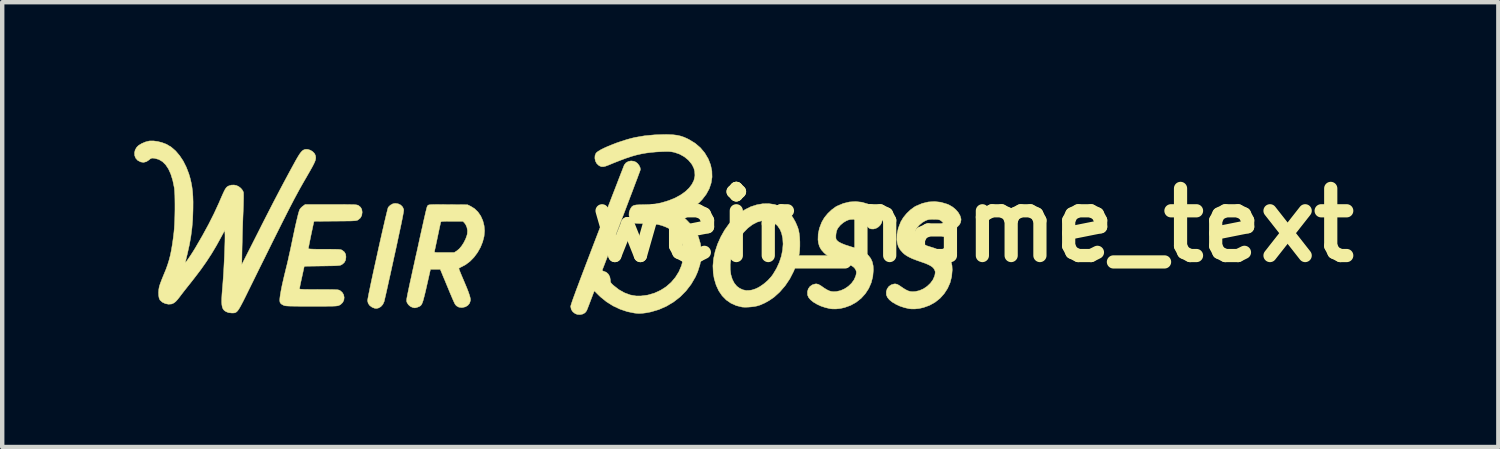
<source format=kicad_pcb>
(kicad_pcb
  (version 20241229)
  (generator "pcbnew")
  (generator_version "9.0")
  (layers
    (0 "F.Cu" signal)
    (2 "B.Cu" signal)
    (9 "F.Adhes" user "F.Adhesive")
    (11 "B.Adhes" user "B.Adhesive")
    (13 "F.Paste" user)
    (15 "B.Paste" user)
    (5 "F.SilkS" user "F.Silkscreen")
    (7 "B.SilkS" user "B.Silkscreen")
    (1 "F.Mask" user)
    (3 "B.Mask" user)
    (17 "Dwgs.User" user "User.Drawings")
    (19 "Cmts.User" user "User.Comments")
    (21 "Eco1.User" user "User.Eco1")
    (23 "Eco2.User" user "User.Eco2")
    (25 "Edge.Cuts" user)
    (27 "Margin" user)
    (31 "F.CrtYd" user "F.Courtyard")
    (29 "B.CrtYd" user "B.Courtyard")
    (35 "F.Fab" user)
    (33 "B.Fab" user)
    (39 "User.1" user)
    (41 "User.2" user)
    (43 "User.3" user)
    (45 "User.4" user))
  (footprint "weir_name_text"
    (layer "F.Cu")
    (at 19.04 2.063)
    (property "Reference" "weir_name_text" (at 0 0 0) (layer "F.SilkS") (effects (font (size 1.524 1.524) (thickness 0.3))))
    (attr through_hole)
    (fp_poly (pts (xy -13.048 -0.485) (xy -12.989 -0.456) (xy -12.946 -0.411) (xy -12.922 -0.354) (xy -12.922 -0.351) (xy -12.923 -0.331) (xy -12.929 -0.288) (xy -12.941 -0.222) (xy -12.958 -0.134) (xy -12.981 -0.021) (xy -13.01 0.115) (xy -13.044 0.274) (xy -13.083 0.458) (xy -13.129 0.667) (xy -13.132 0.679) (xy -13.166 0.836) (xy -13.199 0.986) (xy -13.23 1.128) (xy -13.26 1.26) (xy -13.286 1.381) (xy -13.31 1.487) (xy -13.33 1.577) (xy -13.347 1.648) (xy -13.359 1.7) (xy -13.366 1.73) (xy -13.367 1.734) (xy -13.397 1.8) (xy -13.443 1.851) (xy -13.491 1.879) (xy -13.538 1.891) (xy -13.582 1.887) (xy -13.633 1.867) (xy -13.64 1.864) (xy -13.694 1.825) (xy -13.729 1.775) (xy -13.743 1.718) (xy -13.743 1.711) (xy -13.74 1.688) (xy -13.732 1.643) (xy -13.72 1.578) (xy -13.703 1.496) (xy -13.683 1.398) (xy -13.66 1.288) (xy -13.634 1.167) (xy -13.606 1.037) (xy -13.576 0.901) (xy -13.545 0.762) (xy -13.514 0.62) (xy -13.483 0.479) (xy -13.452 0.341) (xy -13.422 0.208) (xy -13.393 0.082) (xy -13.366 -0.035) (xy -13.342 -0.139) (xy -13.32 -0.23) (xy -13.302 -0.304) (xy -13.288 -0.36) (xy -13.278 -0.395) (xy -13.274 -0.406) (xy -13.227 -0.453) (xy -13.172 -0.484) (xy -13.117 -0.495) (xy -13.048 -0.485)) (stroke (width 0.01) (type solid)) (fill yes) (layer "F.SilkS"))
    (fp_poly (pts (xy -4.508 -0.471) (xy -4.387 -0.433) (xy -4.277 -0.373) (xy -4.235 -0.343) (xy -4.158 -0.269) (xy -4.087 -0.175) (xy -4.026 -0.068) (xy -3.977 0.046) (xy -3.956 0.114) (xy -3.942 0.188) (xy -3.932 0.278) (xy -3.927 0.378) (xy -3.927 0.479) (xy -3.932 0.572) (xy -3.941 0.651) (xy -3.943 0.66) (xy -3.994 0.857) (xy -4.066 1.043) (xy -4.155 1.217) (xy -4.262 1.376) (xy -4.385 1.518) (xy -4.513 1.634) (xy -4.615 1.705) (xy -4.723 1.766) (xy -4.83 1.813) (xy -4.901 1.835) (xy -4.958 1.846) (xy -5.028 1.855) (xy -5.101 1.861) (xy -5.171 1.863) (xy -5.226 1.86) (xy -5.239 1.859) (xy -5.372 1.826) (xy -5.492 1.772) (xy -5.599 1.698) (xy -5.691 1.604) (xy -5.768 1.492) (xy -5.828 1.362) (xy -5.872 1.216) (xy -5.894 1.083) (xy -5.901 0.924) (xy -5.898 0.893) (xy -5.509 0.893) (xy -5.508 1.013) (xy -5.493 1.125) (xy -5.462 1.227) (xy -5.417 1.315) (xy -5.359 1.386) (xy -5.299 1.431) (xy -5.223 1.467) (xy -5.147 1.483) (xy -5.064 1.48) (xy -5.014 1.472) (xy -4.926 1.443) (xy -4.834 1.395) (xy -4.741 1.33) (xy -4.653 1.254) (xy -4.575 1.168) (xy -4.535 1.113) (xy -4.456 0.981) (xy -4.393 0.843) (xy -4.347 0.703) (xy -4.319 0.563) (xy -4.308 0.428) (xy -4.316 0.3) (xy -4.342 0.182) (xy -4.375 0.102) (xy -4.431 0.017) (xy -4.5 -0.047) (xy -4.581 -0.089) (xy -4.672 -0.109) (xy -4.771 -0.105) (xy -4.782 -0.103) (xy -4.896 -0.07) (xy -5.005 -0.013) (xy -5.109 0.066) (xy -5.205 0.165) (xy -5.293 0.283) (xy -5.37 0.418) (xy -5.435 0.568) (xy -5.461 0.641) (xy -5.493 0.768) (xy -5.509 0.893) (xy -5.898 0.893) (xy -5.886 0.76) (xy -5.85 0.594) (xy -5.795 0.428) (xy -5.723 0.267) (xy -5.636 0.113) (xy -5.535 -0.029) (xy -5.422 -0.157) (xy -5.298 -0.268) (xy -5.175 -0.352) (xy -5.043 -0.418) (xy -4.907 -0.462) (xy -4.771 -0.486) (xy -4.637 -0.489) (xy -4.508 -0.471)) (stroke (width 0.01) (type solid)) (fill yes) (layer "F.SilkS"))
    (fp_poly (pts (xy -2.519 -0.521) (xy -2.381 -0.48) (xy -2.328 -0.458) (xy -2.246 -0.41) (xy -2.175 -0.351) (xy -2.118 -0.284) (xy -2.078 -0.213) (xy -2.059 -0.143) (xy -2.058 -0.12) (xy -2.068 -0.06) (xy -2.098 -0.006) (xy -2.142 0.039) (xy -2.196 0.071) (xy -2.254 0.087) (xy -2.312 0.085) (xy -2.349 0.071) (xy -2.373 0.051) (xy -2.405 0.019) (xy -2.432 -0.013) (xy -2.473 -0.065) (xy -2.508 -0.099) (xy -2.545 -0.12) (xy -2.589 -0.13) (xy -2.648 -0.133) (xy -2.677 -0.133) (xy -2.739 -0.132) (xy -2.784 -0.129) (xy -2.821 -0.12) (xy -2.857 -0.106) (xy -2.873 -0.099) (xy -2.943 -0.057) (xy -3.008 -0.001) (xy -3.059 0.061) (xy -3.079 0.095) (xy -3.094 0.137) (xy -3.105 0.19) (xy -3.109 0.229) (xy -3.11 0.278) (xy -3.106 0.31) (xy -3.095 0.334) (xy -3.088 0.343) (xy -3.049 0.378) (xy -2.984 0.413) (xy -2.894 0.449) (xy -2.788 0.483) (xy -2.649 0.527) (xy -2.535 0.576) (xy -2.442 0.629) (xy -2.371 0.688) (xy -2.318 0.756) (xy -2.283 0.833) (xy -2.263 0.921) (xy -2.258 1.016) (xy -2.271 1.166) (xy -2.307 1.307) (xy -2.364 1.438) (xy -2.441 1.556) (xy -2.536 1.661) (xy -2.647 1.749) (xy -2.773 1.82) (xy -2.911 1.87) (xy -3.011 1.892) (xy -3.105 1.902) (xy -3.193 1.901) (xy -3.239 1.896) (xy -3.347 1.871) (xy -3.449 1.837) (xy -3.541 1.794) (xy -3.621 1.746) (xy -3.685 1.694) (xy -3.73 1.639) (xy -3.753 1.584) (xy -3.753 1.583) (xy -3.755 1.511) (xy -3.736 1.446) (xy -3.698 1.393) (xy -3.644 1.355) (xy -3.579 1.335) (xy -3.551 1.333) (xy -3.505 1.344) (xy -3.449 1.376) (xy -3.446 1.378) (xy -3.371 1.431) (xy -3.309 1.468) (xy -3.256 1.493) (xy -3.207 1.506) (xy -3.156 1.51) (xy -3.1 1.507) (xy -3.099 1.507) (xy -3.003 1.486) (xy -2.911 1.445) (xy -2.826 1.388) (xy -2.753 1.319) (xy -2.696 1.24) (xy -2.659 1.156) (xy -2.652 1.129) (xy -2.644 1.085) (xy -2.645 1.054) (xy -2.654 1.024) (xy -2.662 1.009) (xy -2.683 0.975) (xy -2.715 0.945) (xy -2.761 0.916) (xy -2.823 0.886) (xy -2.905 0.854) (xy -2.971 0.831) (xy -3.079 0.793) (xy -3.165 0.759) (xy -3.236 0.726) (xy -3.293 0.694) (xy -3.341 0.66) (xy -3.38 0.626) (xy -3.441 0.557) (xy -3.482 0.485) (xy -3.506 0.402) (xy -3.515 0.33) (xy -3.511 0.202) (xy -3.483 0.07) (xy -3.431 -0.065) (xy -3.426 -0.075) (xy -3.37 -0.171) (xy -3.295 -0.263) (xy -3.207 -0.347) (xy -3.115 -0.415) (xy -3.079 -0.435) (xy -2.941 -0.493) (xy -2.801 -0.527) (xy -2.659 -0.536) (xy -2.519 -0.521)) (stroke (width 0.01) (type solid)) (fill yes) (layer "F.SilkS"))
    (fp_poly (pts (xy -0.728 -0.521) (xy -0.59 -0.48) (xy -0.537 -0.458) (xy -0.455 -0.41) (xy -0.385 -0.351) (xy -0.328 -0.284) (xy -0.288 -0.213) (xy -0.268 -0.143) (xy -0.267 -0.12) (xy -0.278 -0.06) (xy -0.308 -0.006) (xy -0.352 0.039) (xy -0.405 0.071) (xy -0.463 0.087) (xy -0.521 0.085) (xy -0.558 0.071) (xy -0.583 0.051) (xy -0.614 0.019) (xy -0.641 -0.013) (xy -0.683 -0.065) (xy -0.718 -0.099) (xy -0.754 -0.12) (xy -0.798 -0.13) (xy -0.857 -0.133) (xy -0.887 -0.133) (xy -0.949 -0.132) (xy -0.994 -0.129) (xy -1.03 -0.12) (xy -1.067 -0.106) (xy -1.082 -0.099) (xy -1.152 -0.057) (xy -1.217 -0.001) (xy -1.269 0.061) (xy -1.289 0.095) (xy -1.303 0.137) (xy -1.314 0.19) (xy -1.318 0.229) (xy -1.32 0.278) (xy -1.316 0.31) (xy -1.305 0.334) (xy -1.298 0.343) (xy -1.258 0.378) (xy -1.193 0.413) (xy -1.103 0.449) (xy -0.997 0.483) (xy -0.859 0.527) (xy -0.744 0.576) (xy -0.652 0.629) (xy -0.58 0.688) (xy -0.527 0.756) (xy -0.492 0.833) (xy -0.472 0.921) (xy -0.467 1.016) (xy -0.48 1.166) (xy -0.516 1.307) (xy -0.574 1.438) (xy -0.651 1.556) (xy -0.745 1.661) (xy -0.856 1.749) (xy -0.982 1.82) (xy -1.121 1.87) (xy -1.22 1.892) (xy -1.314 1.902) (xy -1.402 1.901) (xy -1.448 1.896) (xy -1.556 1.871) (xy -1.658 1.837) (xy -1.75 1.794) (xy -1.83 1.746) (xy -1.894 1.694) (xy -1.939 1.639) (xy -1.962 1.584) (xy -1.963 1.583) (xy -1.965 1.511) (xy -1.945 1.446) (xy -1.907 1.393) (xy -1.854 1.355) (xy -1.788 1.335) (xy -1.761 1.333) (xy -1.714 1.344) (xy -1.658 1.376) (xy -1.656 1.378) (xy -1.58 1.431) (xy -1.518 1.468) (xy -1.465 1.493) (xy -1.416 1.506) (xy -1.366 1.51) (xy -1.309 1.507) (xy -1.308 1.507) (xy -1.213 1.486) (xy -1.12 1.445) (xy -1.036 1.388) (xy -0.963 1.319) (xy -0.905 1.24) (xy -0.868 1.156) (xy -0.861 1.129) (xy -0.854 1.085) (xy -0.854 1.054) (xy -0.864 1.024) (xy -0.871 1.009) (xy -0.893 0.975) (xy -0.925 0.945) (xy -0.97 0.916) (xy -1.032 0.886) (xy -1.114 0.854) (xy -1.18 0.831) (xy -1.288 0.793) (xy -1.375 0.759) (xy -1.445 0.726) (xy -1.502 0.694) (xy -1.551 0.66) (xy -1.589 0.626) (xy -1.65 0.557) (xy -1.691 0.485) (xy -1.715 0.402) (xy -1.724 0.33) (xy -1.72 0.202) (xy -1.692 0.07) (xy -1.64 -0.065) (xy -1.636 -0.075) (xy -1.579 -0.171) (xy -1.504 -0.263) (xy -1.417 -0.347) (xy -1.324 -0.415) (xy -1.288 -0.435) (xy -1.15 -0.493) (xy -1.01 -0.527) (xy -0.868 -0.536) (xy -0.728 -0.521)) (stroke (width 0.01) (type solid)) (fill yes) (layer "F.SilkS"))
    (fp_poly (pts (xy -12.03 -0.468) (xy -11.912 -0.467) (xy -11.911 -0.467) (xy -11.474 -0.464) (xy -11.402 -0.429) (xy -11.313 -0.374) (xy -11.236 -0.299) (xy -11.173 -0.207) (xy -11.126 -0.102) (xy -11.097 0.013) (xy -11.087 0.128) (xy -11.098 0.254) (xy -11.131 0.381) (xy -11.181 0.505) (xy -11.248 0.623) (xy -11.328 0.73) (xy -11.419 0.823) (xy -11.519 0.898) (xy -11.6 0.941) (xy -11.637 0.959) (xy -11.663 0.975) (xy -11.671 0.985) (xy -11.666 1) (xy -11.653 1.035) (xy -11.633 1.085) (xy -11.608 1.146) (xy -11.584 1.201) (xy -11.533 1.322) (xy -11.491 1.422) (xy -11.459 1.504) (xy -11.436 1.57) (xy -11.42 1.622) (xy -11.41 1.663) (xy -11.407 1.695) (xy -11.408 1.712) (xy -11.427 1.772) (xy -11.466 1.82) (xy -11.521 1.854) (xy -11.59 1.87) (xy -11.609 1.871) (xy -11.674 1.861) (xy -11.726 1.831) (xy -11.755 1.797) (xy -11.766 1.776) (xy -11.785 1.736) (xy -11.81 1.68) (xy -11.839 1.612) (xy -11.871 1.537) (xy -11.883 1.508) (xy -11.918 1.423) (xy -11.954 1.337) (xy -11.987 1.256) (xy -12.017 1.186) (xy -12.039 1.133) (xy -12.041 1.127) (xy -12.093 1.003) (xy -12.315 1.003) (xy -12.395 1.356) (xy -12.422 1.475) (xy -12.445 1.571) (xy -12.465 1.648) (xy -12.481 1.708) (xy -12.496 1.753) (xy -12.51 1.786) (xy -12.524 1.81) (xy -12.539 1.827) (xy -12.543 1.831) (xy -12.566 1.845) (xy -12.602 1.86) (xy -12.639 1.872) (xy -12.668 1.878) (xy -12.675 1.878) (xy -12.69 1.875) (xy -12.72 1.868) (xy -12.723 1.867) (xy -12.773 1.844) (xy -12.817 1.805) (xy -12.847 1.757) (xy -12.851 1.745) (xy -12.854 1.736) (xy -12.856 1.727) (xy -12.857 1.717) (xy -12.857 1.703) (xy -12.855 1.685) (xy -12.852 1.66) (xy -12.846 1.628) (xy -12.838 1.585) (xy -12.827 1.531) (xy -12.813 1.465) (xy -12.796 1.383) (xy -12.775 1.286) (xy -12.749 1.17) (xy -12.72 1.035) (xy -12.685 0.878) (xy -12.646 0.699) (xy -12.637 0.66) (xy -12.625 0.608) (xy -12.226 0.608) (xy -12.22 0.614) (xy -12.205 0.618) (xy -12.177 0.62) (xy -12.133 0.622) (xy -12.069 0.622) (xy -12.005 0.622) (xy -11.778 0.622) (xy -11.719 0.585) (xy -11.663 0.539) (xy -11.608 0.474) (xy -11.558 0.396) (xy -11.516 0.312) (xy -11.486 0.228) (xy -11.479 0.198) (xy -11.474 0.127) (xy -11.486 0.055) (xy -11.513 -0.01) (xy -11.544 -0.053) (xy -11.58 -0.089) (xy -11.828 -0.089) (xy -11.914 -0.089) (xy -11.977 -0.088) (xy -12.022 -0.086) (xy -12.052 -0.084) (xy -12.07 -0.08) (xy -12.079 -0.074) (xy -12.082 -0.067) (xy -12.087 -0.048) (xy -12.095 -0.009) (xy -12.108 0.048) (xy -12.123 0.119) (xy -12.14 0.2) (xy -12.154 0.267) (xy -12.172 0.353) (xy -12.189 0.432) (xy -12.203 0.5) (xy -12.215 0.553) (xy -12.222 0.588) (xy -12.225 0.6) (xy -12.226 0.608) (xy -12.625 0.608) (xy -12.595 0.472) (xy -12.559 0.306) (xy -12.527 0.162) (xy -12.499 0.038) (xy -12.476 -0.067) (xy -12.456 -0.156) (xy -12.439 -0.228) (xy -12.426 -0.287) (xy -12.414 -0.334) (xy -12.405 -0.37) (xy -12.398 -0.397) (xy -12.392 -0.416) (xy -12.387 -0.429) (xy -12.382 -0.438) (xy -12.378 -0.443) (xy -12.373 -0.448) (xy -12.371 -0.45) (xy -12.362 -0.456) (xy -12.349 -0.46) (xy -12.329 -0.464) (xy -12.299 -0.466) (xy -12.257 -0.468) (xy -12.2 -0.469) (xy -12.125 -0.469) (xy -12.03 -0.468)) (stroke (width 0.01) (type solid)) (fill yes) (layer "F.SilkS"))
    (fp_poly (pts (xy -14.575 -0.47) (xy -14.437 -0.47) (xy -14.323 -0.47) (xy -14.229 -0.469) (xy -14.154 -0.468) (xy -14.095 -0.467) (xy -14.05 -0.466) (xy -14.016 -0.463) (xy -13.991 -0.46) (xy -13.974 -0.456) (xy -13.961 -0.452) (xy -13.95 -0.446) (xy -13.948 -0.445) (xy -13.902 -0.407) (xy -13.875 -0.359) (xy -13.866 -0.296) (xy -13.866 -0.293) (xy -13.876 -0.221) (xy -13.907 -0.164) (xy -13.958 -0.121) (xy -13.97 -0.114) (xy -13.984 -0.109) (xy -14.003 -0.105) (xy -14.028 -0.101) (xy -14.063 -0.099) (xy -14.11 -0.096) (xy -14.171 -0.095) (xy -14.25 -0.094) (xy -14.349 -0.093) (xy -14.471 -0.092) (xy -14.481 -0.092) (xy -14.96 -0.088) (xy -14.967 -0.06) (xy -14.976 -0.019) (xy -14.988 0.038) (xy -15.002 0.105) (xy -15.018 0.179) (xy -15.034 0.255) (xy -15.049 0.33) (xy -15.063 0.399) (xy -15.074 0.457) (xy -15.083 0.5) (xy -15.087 0.525) (xy -15.088 0.529) (xy -15.083 0.534) (xy -15.07 0.538) (xy -15.043 0.541) (xy -15.002 0.543) (xy -14.944 0.545) (xy -14.867 0.546) (xy -14.767 0.546) (xy -14.722 0.546) (xy -14.616 0.546) (xy -14.532 0.547) (xy -14.467 0.548) (xy -14.418 0.549) (xy -14.382 0.552) (xy -14.357 0.555) (xy -14.339 0.56) (xy -14.324 0.567) (xy -14.317 0.571) (xy -14.268 0.611) (xy -14.241 0.662) (xy -14.234 0.722) (xy -14.243 0.793) (xy -14.273 0.849) (xy -14.322 0.891) (xy -14.336 0.899) (xy -14.35 0.906) (xy -14.368 0.911) (xy -14.392 0.915) (xy -14.425 0.918) (xy -14.47 0.921) (xy -14.53 0.923) (xy -14.607 0.924) (xy -14.706 0.926) (xy -14.776 0.927) (xy -15.181 0.933) (xy -15.235 1.181) (xy -15.252 1.258) (xy -15.267 1.326) (xy -15.278 1.383) (xy -15.286 1.423) (xy -15.29 1.444) (xy -15.29 1.445) (xy -15.285 1.449) (xy -15.268 1.453) (xy -15.237 1.455) (xy -15.19 1.458) (xy -15.125 1.459) (xy -15.041 1.46) (xy -14.934 1.46) (xy -14.849 1.461) (xy -14.731 1.461) (xy -14.636 1.461) (xy -14.561 1.462) (xy -14.503 1.463) (xy -14.459 1.465) (xy -14.427 1.467) (xy -14.404 1.471) (xy -14.387 1.476) (xy -14.374 1.481) (xy -14.367 1.486) (xy -14.317 1.529) (xy -14.286 1.583) (xy -14.275 1.642) (xy -14.282 1.702) (xy -14.309 1.756) (xy -14.354 1.8) (xy -14.376 1.813) (xy -14.39 1.82) (xy -14.403 1.825) (xy -14.42 1.83) (xy -14.441 1.833) (xy -14.469 1.836) (xy -14.506 1.838) (xy -14.556 1.84) (xy -14.62 1.84) (xy -14.701 1.841) (xy -14.8 1.841) (xy -14.921 1.841) (xy -15.017 1.841) (xy -15.155 1.841) (xy -15.27 1.841) (xy -15.365 1.84) (xy -15.441 1.839) (xy -15.501 1.838) (xy -15.547 1.836) (xy -15.582 1.834) (xy -15.608 1.831) (xy -15.628 1.827) (xy -15.643 1.822) (xy -15.653 1.818) (xy -15.691 1.798) (xy -15.717 1.776) (xy -15.733 1.748) (xy -15.738 1.709) (xy -15.735 1.656) (xy -15.725 1.582) (xy -15.722 1.566) (xy -15.71 1.494) (xy -15.696 1.422) (xy -15.68 1.344) (xy -15.66 1.258) (xy -15.637 1.157) (xy -15.608 1.039) (xy -15.59 0.965) (xy -15.571 0.889) (xy -15.549 0.795) (xy -15.526 0.689) (xy -15.501 0.578) (xy -15.477 0.467) (xy -15.462 0.394) (xy -15.426 0.223) (xy -15.394 0.072) (xy -15.365 -0.057) (xy -15.339 -0.165) (xy -15.318 -0.251) (xy -15.3 -0.313) (xy -15.286 -0.351) (xy -15.284 -0.357) (xy -15.262 -0.387) (xy -15.228 -0.42) (xy -15.212 -0.432) (xy -15.16 -0.47) (xy -14.575 -0.47)) (stroke (width 0.01) (type solid)) (fill yes) (layer "F.SilkS"))
    (fp_poly (pts (xy -18.51 -1.9) (xy -18.413 -1.876) (xy -18.32 -1.841) (xy -18.304 -1.834) (xy -18.2 -1.771) (xy -18.102 -1.686) (xy -18.012 -1.58) (xy -17.93 -1.457) (xy -17.86 -1.318) (xy -17.802 -1.167) (xy -17.773 -1.068) (xy -17.749 -0.967) (xy -17.731 -0.868) (xy -17.718 -0.766) (xy -17.71 -0.654) (xy -17.706 -0.53) (xy -17.707 -0.387) (xy -17.708 -0.33) (xy -17.715 -0.128) (xy -17.731 0.062) (xy -17.755 0.248) (xy -17.788 0.437) (xy -17.833 0.639) (xy -17.851 0.714) (xy -17.864 0.767) (xy -17.874 0.81) (xy -17.88 0.839) (xy -17.882 0.847) (xy -17.875 0.844) (xy -17.858 0.824) (xy -17.831 0.788) (xy -17.798 0.74) (xy -17.76 0.684) (xy -17.72 0.622) (xy -17.68 0.558) (xy -17.653 0.514) (xy -17.496 0.243) (xy -17.353 -0.019) (xy -17.227 -0.269) (xy -17.118 -0.506) (xy -17.101 -0.546) (xy -17.06 -0.641) (xy -17.027 -0.715) (xy -17 -0.772) (xy -16.978 -0.814) (xy -16.958 -0.844) (xy -16.94 -0.864) (xy -16.921 -0.879) (xy -16.9 -0.89) (xy -16.837 -0.91) (xy -16.775 -0.912) (xy -16.721 -0.901) (xy -16.67 -0.877) (xy -16.622 -0.84) (xy -16.584 -0.794) (xy -16.562 -0.749) (xy -16.562 -0.748) (xy -16.56 -0.723) (xy -16.559 -0.677) (xy -16.559 -0.612) (xy -16.561 -0.533) (xy -16.563 -0.441) (xy -16.567 -0.342) (xy -16.568 -0.309) (xy -16.573 -0.187) (xy -16.578 -0.048) (xy -16.583 0.1) (xy -16.587 0.247) (xy -16.59 0.386) (xy -16.593 0.489) (xy -16.6 0.895) (xy -16.227 0.159) (xy -16.128 -0.038) (xy -16.037 -0.216) (xy -15.954 -0.378) (xy -15.877 -0.528) (xy -15.803 -0.669) (xy -15.732 -0.805) (xy -15.661 -0.939) (xy -15.588 -1.075) (xy -15.512 -1.217) (xy -15.431 -1.365) (xy -15.377 -1.464) (xy -15.332 -1.542) (xy -15.295 -1.602) (xy -15.263 -1.647) (xy -15.235 -1.679) (xy -15.209 -1.701) (xy -15.182 -1.714) (xy -15.155 -1.722) (xy -15.101 -1.721) (xy -15.044 -1.703) (xy -14.992 -1.672) (xy -14.951 -1.631) (xy -14.928 -1.585) (xy -14.928 -1.584) (xy -14.922 -1.556) (xy -14.92 -1.53) (xy -14.923 -1.503) (xy -14.93 -1.471) (xy -14.945 -1.433) (xy -14.967 -1.386) (xy -14.998 -1.326) (xy -15.039 -1.253) (xy -15.091 -1.162) (xy -15.138 -1.08) (xy -15.179 -1.01) (xy -15.218 -0.942) (xy -15.256 -0.875) (xy -15.294 -0.807) (xy -15.332 -0.737) (xy -15.372 -0.663) (xy -15.414 -0.585) (xy -15.458 -0.5) (xy -15.506 -0.408) (xy -15.557 -0.308) (xy -15.613 -0.197) (xy -15.675 -0.075) (xy -15.742 0.059) (xy -15.816 0.207) (xy -15.898 0.371) (xy -15.987 0.551) (xy -16.085 0.75) (xy -16.193 0.967) (xy -16.31 1.205) (xy -16.403 1.393) (xy -16.468 1.525) (xy -16.523 1.637) (xy -16.569 1.729) (xy -16.608 1.803) (xy -16.64 1.862) (xy -16.668 1.908) (xy -16.692 1.942) (xy -16.714 1.965) (xy -16.734 1.98) (xy -16.755 1.989) (xy -16.777 1.993) (xy -16.802 1.994) (xy -16.829 1.994) (xy -16.901 1.986) (xy -16.954 1.965) (xy -16.985 1.946) (xy -17.01 1.923) (xy -17.029 1.894) (xy -17.043 1.857) (xy -17.052 1.808) (xy -17.056 1.746) (xy -17.055 1.669) (xy -17.05 1.573) (xy -17.041 1.456) (xy -17.031 1.34) (xy -17.025 1.258) (xy -17.018 1.161) (xy -17.011 1.053) (xy -17.005 0.936) (xy -16.999 0.816) (xy -16.993 0.696) (xy -16.989 0.579) (xy -16.985 0.47) (xy -16.982 0.372) (xy -16.981 0.29) (xy -16.981 0.227) (xy -16.982 0.2) (xy -16.986 0.115) (xy -17.069 0.27) (xy -17.177 0.466) (xy -17.287 0.65) (xy -17.403 0.828) (xy -17.529 1.007) (xy -17.669 1.191) (xy -17.752 1.297) (xy -17.81 1.37) (xy -17.867 1.442) (xy -17.919 1.508) (xy -17.964 1.566) (xy -17.997 1.61) (xy -18.006 1.622) (xy -18.058 1.688) (xy -18.102 1.736) (xy -18.143 1.767) (xy -18.184 1.786) (xy -18.197 1.79) (xy -18.265 1.795) (xy -18.336 1.781) (xy -18.402 1.75) (xy -18.454 1.704) (xy -18.458 1.698) (xy -18.477 1.657) (xy -18.487 1.598) (xy -18.49 1.528) (xy -18.484 1.455) (xy -18.473 1.396) (xy -18.461 1.357) (xy -18.441 1.3) (xy -18.415 1.232) (xy -18.385 1.158) (xy -18.363 1.105) (xy -18.319 0.998) (xy -18.282 0.894) (xy -18.25 0.791) (xy -18.222 0.682) (xy -18.198 0.565) (xy -18.176 0.434) (xy -18.155 0.285) (xy -18.14 0.159) (xy -18.133 0.08) (xy -18.127 -0.015) (xy -18.122 -0.122) (xy -18.119 -0.236) (xy -18.117 -0.354) (xy -18.117 -0.47) (xy -18.118 -0.58) (xy -18.12 -0.68) (xy -18.125 -0.765) (xy -18.13 -0.832) (xy -18.134 -0.857) (xy -18.168 -1.021) (xy -18.212 -1.161) (xy -18.265 -1.278) (xy -18.328 -1.372) (xy -18.4 -1.443) (xy -18.483 -1.492) (xy -18.576 -1.518) (xy -18.591 -1.52) (xy -18.63 -1.523) (xy -18.657 -1.518) (xy -18.683 -1.502) (xy -18.706 -1.482) (xy -18.767 -1.442) (xy -18.831 -1.426) (xy -18.896 -1.436) (xy -18.961 -1.47) (xy -18.967 -1.475) (xy -19.009 -1.523) (xy -19.032 -1.582) (xy -19.035 -1.646) (xy -19.02 -1.709) (xy -18.986 -1.768) (xy -18.945 -1.809) (xy -18.873 -1.853) (xy -18.789 -1.889) (xy -18.706 -1.91) (xy -18.686 -1.913) (xy -18.604 -1.913) (xy -18.51 -1.9)) (stroke (width 0.01) (type solid)) (fill yes) (layer "F.SilkS"))
    (fp_poly (pts (xy -6.898 -2.057) (xy -6.799 -2.052) (xy -6.714 -2.041) (xy -6.637 -2.024) (xy -6.562 -1.999) (xy -6.485 -1.965) (xy -6.438 -1.941) (xy -6.304 -1.859) (xy -6.186 -1.758) (xy -6.088 -1.641) (xy -6.009 -1.508) (xy -6.007 -1.505) (xy -5.954 -1.368) (xy -5.925 -1.23) (xy -5.921 -1.092) (xy -5.942 -0.957) (xy -5.986 -0.826) (xy -6.055 -0.7) (xy -6.147 -0.581) (xy -6.206 -0.52) (xy -6.275 -0.457) (xy -6.343 -0.404) (xy -6.416 -0.356) (xy -6.502 -0.306) (xy -6.532 -0.291) (xy -6.643 -0.233) (xy -6.592 -0.197) (xy -6.541 -0.156) (xy -6.483 -0.1) (xy -6.422 -0.036) (xy -6.366 0.031) (xy -6.32 0.094) (xy -6.301 0.123) (xy -6.231 0.267) (xy -6.186 0.418) (xy -6.164 0.573) (xy -6.168 0.732) (xy -6.195 0.893) (xy -6.247 1.057) (xy -6.299 1.175) (xy -6.396 1.341) (xy -6.512 1.492) (xy -6.645 1.627) (xy -6.794 1.743) (xy -6.956 1.84) (xy -7.129 1.916) (xy -7.312 1.97) (xy -7.423 1.991) (xy -7.495 2) (xy -7.552 2.004) (xy -7.604 2.004) (xy -7.663 1.998) (xy -7.682 1.996) (xy -7.845 1.963) (xy -8.009 1.908) (xy -8.168 1.833) (xy -8.318 1.739) (xy -8.454 1.629) (xy -8.498 1.587) (xy -8.595 1.49) (xy -8.675 1.701) (xy -8.702 1.772) (xy -8.727 1.837) (xy -8.748 1.891) (xy -8.764 1.93) (xy -8.772 1.947) (xy -8.807 1.99) (xy -8.857 2.018) (xy -8.917 2.031) (xy -8.979 2.027) (xy -9.03 2.008) (xy -9.083 1.967) (xy -9.118 1.913) (xy -9.131 1.85) (xy -9.131 1.847) (xy -9.129 1.833) (xy -9.122 1.807) (xy -9.11 1.769) (xy -9.093 1.718) (xy -9.07 1.653) (xy -9.04 1.572) (xy -9.005 1.475) (xy -8.962 1.362) (xy -8.913 1.23) (xy -8.856 1.08) (xy -8.791 0.909) (xy -8.718 0.718) (xy -8.637 0.506) (xy -8.547 0.271) (xy -8.529 0.224) (xy -8.455 0.032) (xy -8.384 -0.153) (xy -8.316 -0.33) (xy -8.251 -0.498) (xy -8.191 -0.655) (xy -8.134 -0.801) (xy -8.083 -0.933) (xy -8.038 -1.05) (xy -7.999 -1.151) (xy -7.966 -1.235) (xy -7.941 -1.299) (xy -7.924 -1.343) (xy -7.915 -1.366) (xy -7.914 -1.368) (xy -7.875 -1.416) (xy -7.821 -1.447) (xy -7.76 -1.459) (xy -7.696 -1.451) (xy -7.652 -1.432) (xy -7.611 -1.4) (xy -7.578 -1.356) (xy -7.555 -1.308) (xy -7.548 -1.265) (xy -7.549 -1.257) (xy -7.554 -1.242) (xy -7.567 -1.206) (xy -7.588 -1.15) (xy -7.615 -1.076) (xy -7.649 -0.987) (xy -7.688 -0.884) (xy -7.731 -0.769) (xy -7.779 -0.644) (xy -7.829 -0.512) (xy -7.881 -0.374) (xy -7.935 -0.232) (xy -7.99 -0.088) (xy -8.044 0.055) (xy -8.098 0.196) (xy -8.15 0.333) (xy -8.2 0.463) (xy -8.247 0.586) (xy -8.29 0.698) (xy -8.328 0.797) (xy -8.361 0.883) (xy -8.388 0.952) (xy -8.408 1.003) (xy -8.413 1.017) (xy -8.413 1.033) (xy -8.392 1.043) (xy -8.382 1.046) (xy -8.322 1.07) (xy -8.275 1.114) (xy -8.243 1.173) (xy -8.23 1.244) (xy -8.23 1.256) (xy -8.227 1.286) (xy -8.217 1.31) (xy -8.194 1.336) (xy -8.166 1.363) (xy -8.041 1.462) (xy -7.912 1.535) (xy -7.78 1.584) (xy -7.645 1.608) (xy -7.537 1.608) (xy -7.379 1.587) (xy -7.229 1.543) (xy -7.09 1.479) (xy -6.962 1.397) (xy -6.849 1.298) (xy -6.752 1.183) (xy -6.673 1.056) (xy -6.614 0.916) (xy -6.586 0.81) (xy -6.569 0.673) (xy -6.574 0.544) (xy -6.602 0.423) (xy -6.651 0.314) (xy -6.72 0.216) (xy -6.809 0.134) (xy -6.902 0.074) (xy -6.986 0.035) (xy -7.069 0.005) (xy -7.156 -0.017) (xy -7.254 -0.03) (xy -7.366 -0.037) (xy -7.474 -0.039) (xy -7.552 -0.039) (xy -7.609 -0.04) (xy -7.65 -0.043) (xy -7.679 -0.047) (xy -7.7 -0.054) (xy -7.718 -0.063) (xy -7.719 -0.064) (xy -7.764 -0.105) (xy -7.794 -0.162) (xy -7.807 -0.227) (xy -7.803 -0.296) (xy -7.782 -0.355) (xy -7.761 -0.393) (xy -7.741 -0.42) (xy -7.716 -0.439) (xy -7.682 -0.452) (xy -7.636 -0.46) (xy -7.574 -0.463) (xy -7.49 -0.465) (xy -7.476 -0.465) (xy -7.333 -0.47) (xy -7.206 -0.482) (xy -7.085 -0.505) (xy -6.963 -0.54) (xy -6.888 -0.565) (xy -6.753 -0.621) (xy -6.633 -0.687) (xy -6.529 -0.761) (xy -6.443 -0.842) (xy -6.378 -0.928) (xy -6.333 -1.017) (xy -6.312 -1.108) (xy -6.31 -1.137) (xy -6.315 -1.22) (xy -6.334 -1.293) (xy -6.37 -1.366) (xy -6.388 -1.394) (xy -6.46 -1.48) (xy -6.55 -1.553) (xy -6.655 -1.612) (xy -6.769 -1.652) (xy -6.799 -1.659) (xy -6.851 -1.668) (xy -6.909 -1.673) (xy -6.978 -1.673) (xy -7.061 -1.67) (xy -7.191 -1.663) (xy -7.309 -1.652) (xy -7.42 -1.638) (xy -7.527 -1.619) (xy -7.633 -1.595) (xy -7.744 -1.564) (xy -7.862 -1.525) (xy -7.992 -1.477) (xy -8.138 -1.42) (xy -8.271 -1.365) (xy -8.338 -1.34) (xy -8.389 -1.328) (xy -8.431 -1.329) (xy -8.469 -1.343) (xy -8.5 -1.362) (xy -8.542 -1.404) (xy -8.57 -1.459) (xy -8.582 -1.52) (xy -8.579 -1.579) (xy -8.558 -1.631) (xy -8.546 -1.646) (xy -8.509 -1.676) (xy -8.451 -1.711) (xy -8.376 -1.749) (xy -8.287 -1.789) (xy -8.188 -1.829) (xy -8.082 -1.87) (xy -7.972 -1.907) (xy -7.863 -1.942) (xy -7.758 -1.971) (xy -7.67 -1.992) (xy -7.455 -2.029) (xy -7.226 -2.051) (xy -7.017 -2.058) (xy -6.898 -2.057)) (stroke (width 0.01) (type solid)) (fill yes) (layer "F.SilkS")))
  (gr_rect
    (start -3 -3)
    (end 30.974 7.1)
    (stroke (width 0.1) (type default))
    (fill no)
    (layer "Edge.Cuts")))
</source>
